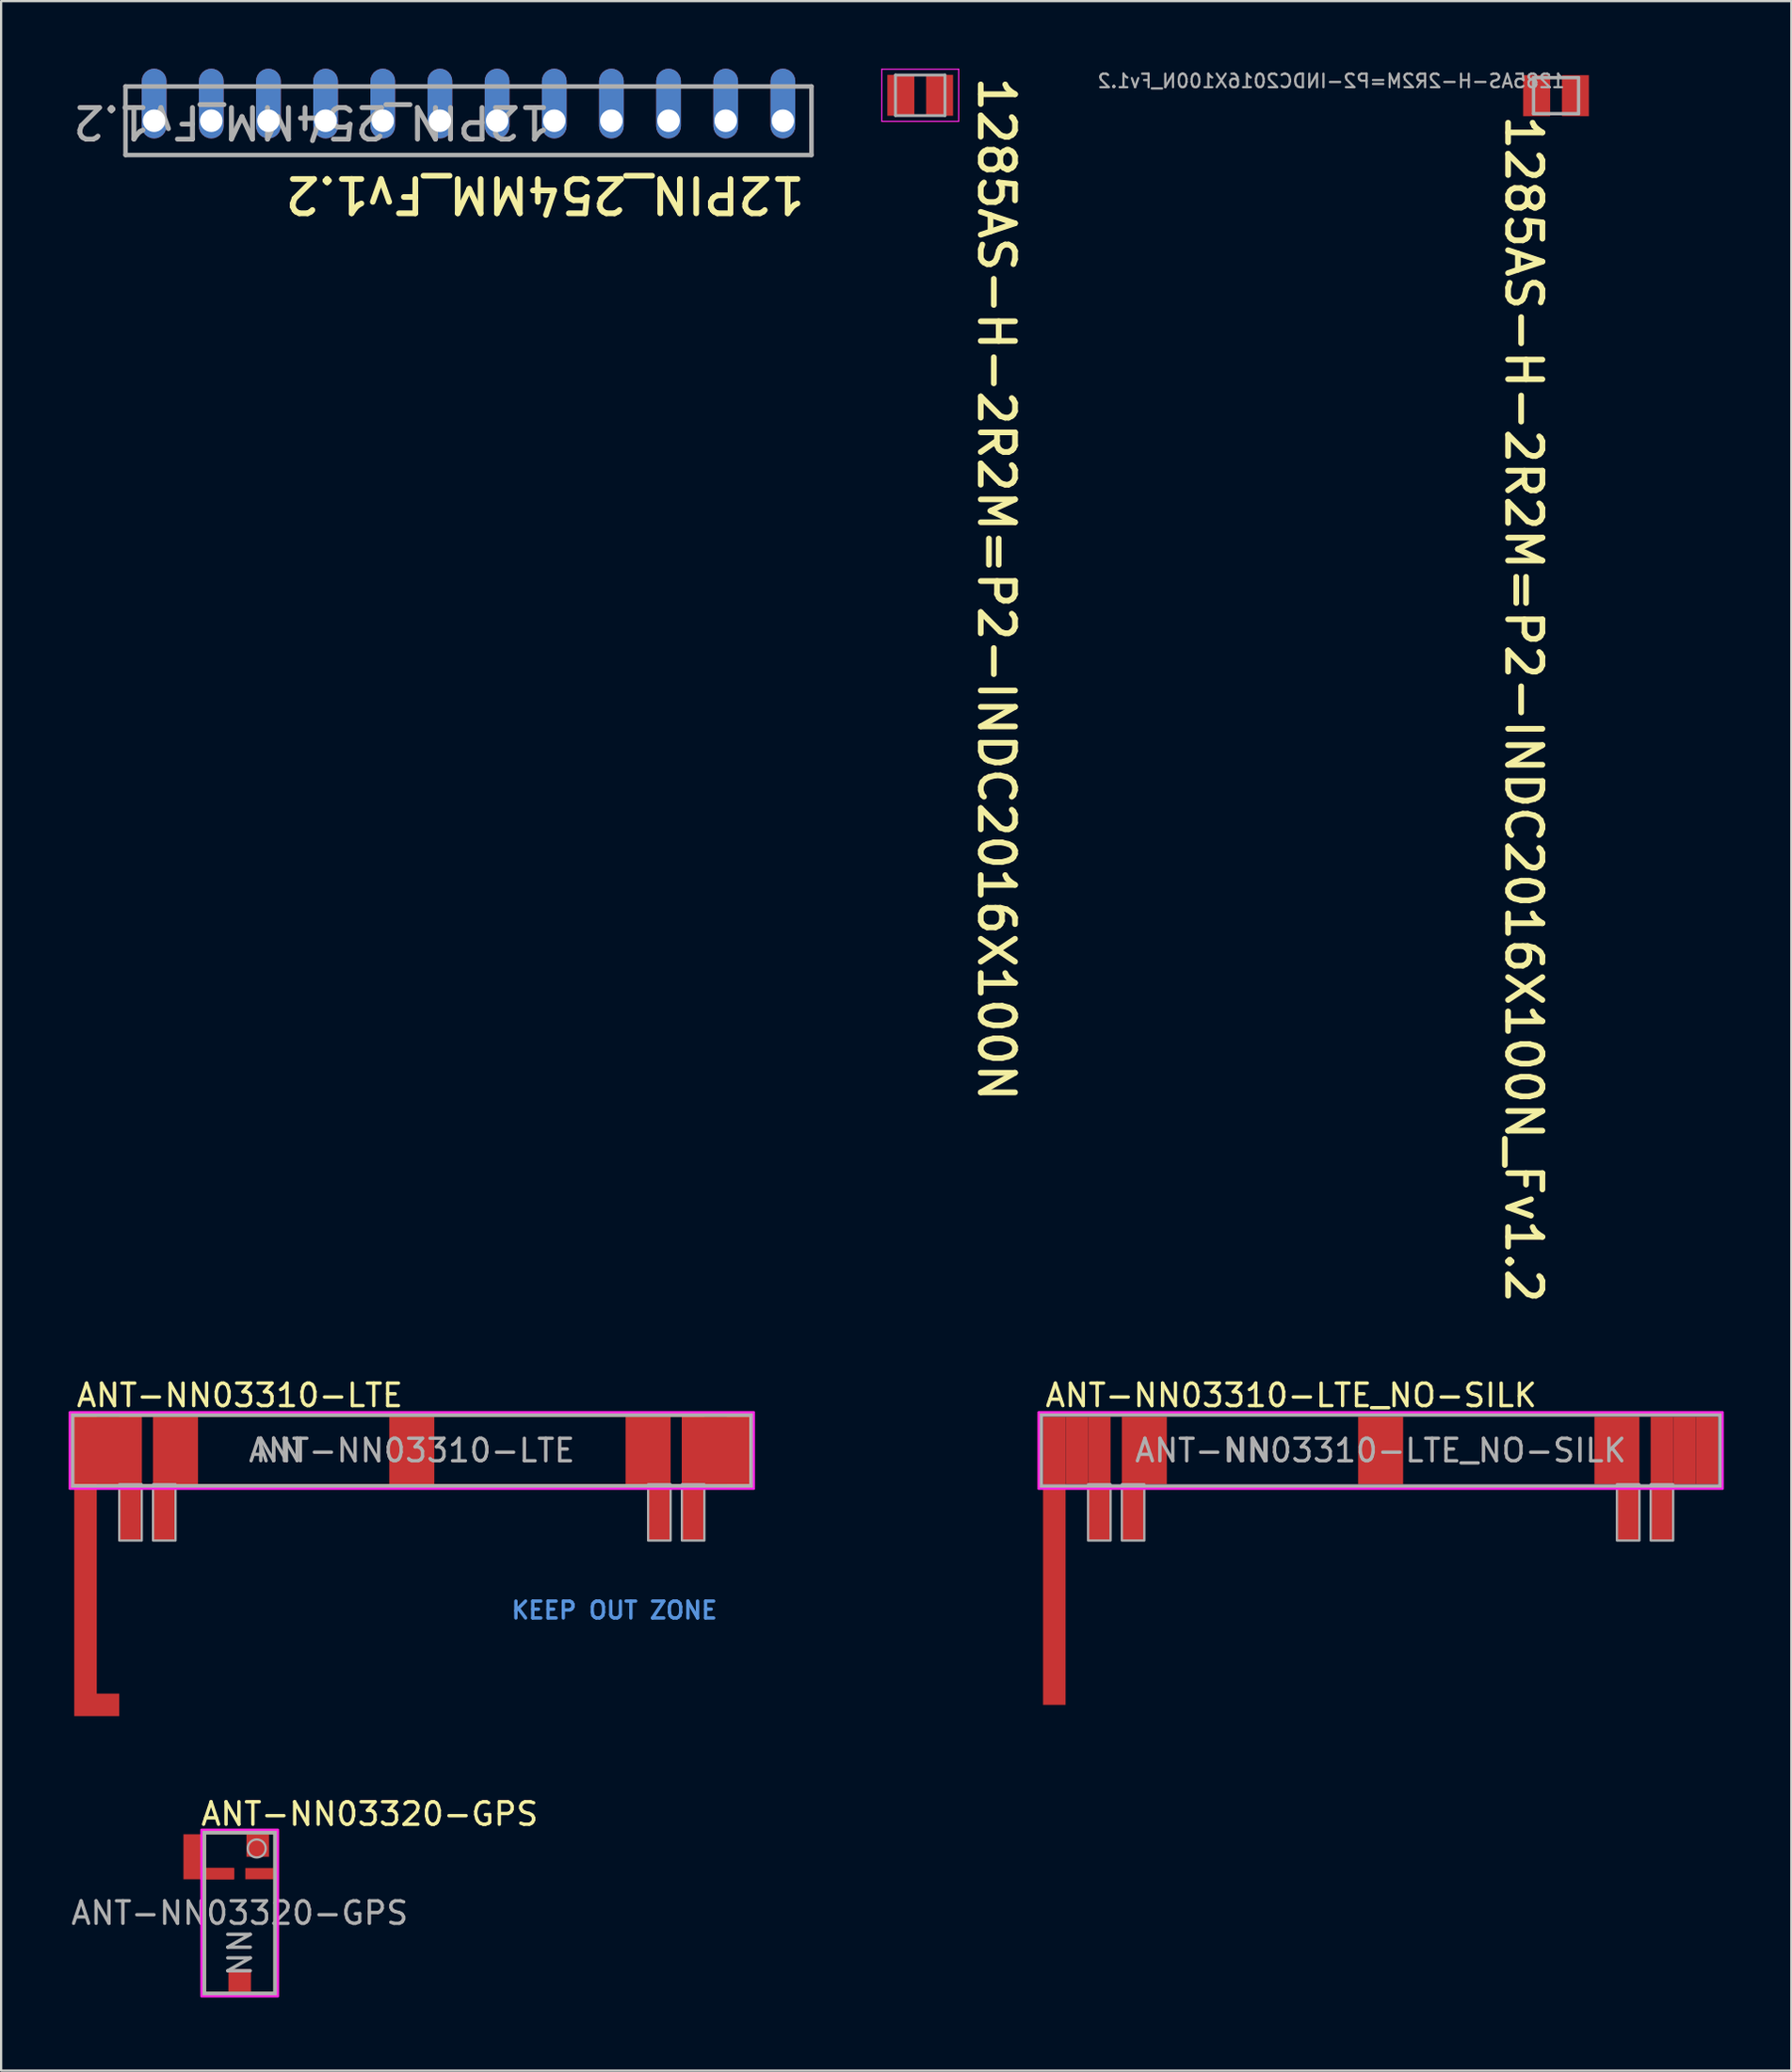
<source format=kicad_pcb>
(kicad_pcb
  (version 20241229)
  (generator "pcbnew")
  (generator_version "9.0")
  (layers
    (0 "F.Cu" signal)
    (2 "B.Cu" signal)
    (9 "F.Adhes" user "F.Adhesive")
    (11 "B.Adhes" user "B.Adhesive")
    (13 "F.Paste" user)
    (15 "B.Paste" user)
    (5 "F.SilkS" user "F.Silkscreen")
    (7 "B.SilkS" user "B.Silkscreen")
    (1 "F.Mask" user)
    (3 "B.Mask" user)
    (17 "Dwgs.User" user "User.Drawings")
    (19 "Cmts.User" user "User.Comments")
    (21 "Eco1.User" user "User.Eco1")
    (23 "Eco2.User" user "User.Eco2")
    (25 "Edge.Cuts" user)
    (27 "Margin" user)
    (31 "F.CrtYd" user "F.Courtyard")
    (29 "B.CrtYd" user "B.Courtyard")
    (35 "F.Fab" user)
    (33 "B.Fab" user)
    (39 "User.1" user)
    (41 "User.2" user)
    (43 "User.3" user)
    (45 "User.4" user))
  (footprint "12PIN_254MM_Fv1.2"
    (layer "F.Cu")
    (at 3.798 2.312)
    (property "Reference" "12PIN_254MM_Fv1.2" (at 29.045 2.39 180) (unlocked yes) (layer "F.SilkS") (effects (font (size 1.524 1.524) (thickness 0.254)) (justify left bottom)))
    (fp_line (start -1.27 -1.524) (end -1.27 1.524) (stroke (width 0.2) (type solid)) (layer "F.Fab"))
    (fp_line (start 29.21 -1.524) (end -1.27 -1.524) (stroke (width 0.2) (type solid)) (layer "F.Fab"))
    (fp_line (start 29.21 -1.524) (end 29.21 1.524) (stroke (width 0.2) (type solid)) (layer "F.Fab"))
    (fp_line (start 29.21 1.524) (end -1.27 1.524) (stroke (width 0.2) (type solid)) (layer "F.Fab"))
    (fp_text user "${REFERENCE}" (at 17.715 -0.765 180) (unlocked yes) (layer "F.Fab") (effects (font (size 1.4 1.4) (thickness 0.22)) (justify left bottom)))
    (pad "1" thru_hole roundrect (at 0 0) (size 1.1 3.1) (drill 1 (offset 0 -0.762)) (layers "*.Cu" "*.Mask") (roundrect_rratio 0.5))
    (pad "2" thru_hole roundrect (at 2.54 0) (size 1.1 3.1) (drill 1 (offset 0 -0.762)) (layers "*.Cu" "*.Mask") (roundrect_rratio 0.5))
    (pad "3" thru_hole roundrect (at 5.08 0) (size 1.1 3.1) (drill 1 (offset 0 -0.762)) (layers "*.Cu" "*.Mask") (roundrect_rratio 0.5))
    (pad "4" thru_hole roundrect (at 7.62 0) (size 1.1 3.1) (drill 1 (offset 0 -0.762)) (layers "*.Cu" "*.Mask") (roundrect_rratio 0.5))
    (pad "5" thru_hole roundrect (at 10.16 0) (size 1.1 3.1) (drill 1 (offset 0 -0.762)) (layers "*.Cu" "*.Mask") (roundrect_rratio 0.5))
    (pad "6" thru_hole roundrect (at 12.7 0) (size 1.1 3.1) (drill 1 (offset 0 -0.762)) (layers "*.Cu" "*.Mask") (roundrect_rratio 0.5))
    (pad "7" thru_hole roundrect (at 15.24 0) (size 1.1 3.1) (drill 1 (offset 0 -0.762)) (layers "*.Cu" "*.Mask") (roundrect_rratio 0.5))
    (pad "8" thru_hole roundrect (at 17.78 0) (size 1.1 3.1) (drill 1 (offset 0 -0.762)) (layers "*.Cu" "*.Mask") (roundrect_rratio 0.5))
    (pad "9" thru_hole roundrect (at 20.32 0) (size 1.1 3.1) (drill 1 (offset 0 -0.762)) (layers "*.Cu" "*.Mask") (roundrect_rratio 0.5))
    (pad "10" thru_hole roundrect (at 22.86 0) (size 1.1 3.1) (drill 1 (offset 0 -0.762)) (layers "*.Cu" "*.Mask") (roundrect_rratio 0.5))
    (pad "11" thru_hole roundrect (at 25.4 0) (size 1.1 3.1) (drill 1 (offset 0 -0.762)) (layers "*.Cu" "*.Mask") (roundrect_rratio 0.5))
    (pad "12" thru_hole roundrect (at 27.94 0) (size 1.1 3.1) (drill 1 (offset 0 -0.762)) (layers "*.Cu" "*.Mask") (roundrect_rratio 0.5)))
  (footprint "1285AS-H-2R2M=P2-INDC2016X100N_Fv1.2"
    (layer "F.Cu")
    (at 66.094 1.2)
    (property "Reference" "1285AS-H-2R2M=P2-INDC2016X100N_Fv1.2" (at -2.33 0.744 270) (unlocked yes) (layer "F.SilkS") (effects (font (size 1.524 1.524) (thickness 0.254)) (justify left bottom)))
    (fp_line (start -1 -0.8) (end -1 0.8) (stroke (width 0.15) (type solid)) (layer "F.Fab"))
    (fp_line (start 1 -0.8) (end -1 -0.8) (stroke (width 0.15) (type solid)) (layer "F.Fab"))
    (fp_line (start 1 -0.8) (end 1 0.8) (stroke (width 0.15) (type solid)) (layer "F.Fab"))
    (fp_line (start 1 0.8) (end -1 0.8) (stroke (width 0.15) (type solid)) (layer "F.Fab"))
    (fp_text user "${REFERENCE}" (at 0.445 -0.3 0) (unlocked yes) (layer "F.Fab") (effects (font (size 0.6 0.6) (thickness 0.1)) (justify left bottom mirror)))
    (pad "1" smd rect (at -0.86 0 180) (size 1.2 1.82) (layers "F.Cu" "F.Mask" "F.Paste"))
    (pad "2" smd rect (at 0.86 0 180) (size 1.2 1.82) (layers "F.Cu" "F.Mask" "F.Paste")))
  (footprint "1285AS-H-2R2M=P2-INDC2016X100N"
    (layer "F.Cu")
    (at 37.841 1.183)
    (property "Reference" "1285AS-H-2R2M=P2-INDC2016X100N" (at 2.489 -0.94 270) (unlocked yes) (layer "F.SilkS") (effects (font (size 1.524 1.524) (thickness 0.254)) (justify left bottom)))
    (fp_line (start -1.708 -1.158) (end 1.708 -1.158) (stroke (width 0.05) (type solid)) (layer "F.CrtYd"))
    (fp_line (start -1.708 1.158) (end -1.708 -1.158) (stroke (width 0.05) (type solid)) (layer "F.CrtYd"))
    (fp_line (start -1.708 1.158) (end 1.708 1.158) (stroke (width 0.05) (type solid)) (layer "F.CrtYd"))
    (fp_line (start 1.708 1.158) (end 1.708 -1.158) (stroke (width 0.05) (type solid)) (layer "F.CrtYd"))
    (fp_line (start -1.1 -0.9) (end 1.1 -0.9) (stroke (width 0.127) (type solid)) (layer "F.Fab"))
    (fp_line (start -1.1 0.9) (end -1.1 -0.9) (stroke (width 0.127) (type solid)) (layer "F.Fab"))
    (fp_line (start -1.1 0.9) (end 1.1 0.9) (stroke (width 0.127) (type solid)) (layer "F.Fab"))
    (fp_line (start 1.1 0.9) (end 1.1 -0.9) (stroke (width 0.127) (type solid)) (layer "F.Fab"))
    (pad "1" smd rect (at -0.86 0) (size 1.2 1.82) (layers "F.Cu" "F.Mask" "F.Paste"))
    (pad "2" smd rect (at 0.86 0) (size 1.2 1.82) (layers "F.Cu" "F.Mask" "F.Paste")))
  (footprint "ANT-NN03310-LTE"
    (layer "F.Cu")
    (at 15.25 61.387)
    (property "Reference" "ANT-NN03310-LTE" (at -14.98 -2.45 180) (layer "F.SilkS") (effects (font (size 1 1) (thickness 0.15)) (justify left)))
    (attr smd)
    (fp_rect (start -11.5 1.5) (end -10.5 4) (stroke (width 0) (type solid)) (fill yes) (layer "F.Cu"))
    (fp_rect (start 10.5 1.5) (end 11.5 4) (stroke (width 0) (type solid)) (fill yes) (layer "F.Cu"))
    (fp_poly (pts (xy 12 4) (xy 12 -1.5) (xy 15 -1.5) (xy 15 1.5) (xy 13 1.5) (xy 13 4)) (stroke (width 0) (type solid)) (fill yes) (layer "F.Cu"))
    (fp_poly (pts (xy -13 11.8) (xy -15 11.8) (xy -15 -1.5) (xy -12 -1.5) (xy -12 4) (xy -13 4) (xy -13 1.5) (xy -14 1.5) (xy -14 10.8) (xy -13 10.8)) (stroke (width 0) (type solid)) (fill yes) (layer "F.Cu"))
    (fp_rect (start -15 10.8) (end -13 11.8) (stroke (width 0) (type solid)) (fill yes) (layer "F.Mask"))
    (fp_rect (start -11.5 1.5) (end -10.5 4) (stroke (width 0) (type solid)) (fill yes) (layer "F.Mask"))
    (fp_rect (start 10.5 1.5) (end 11.5 4) (stroke (width 0) (type solid)) (fill yes) (layer "F.Mask"))
    (fp_rect (start 12 1.5) (end 13 4) (stroke (width 0) (type solid)) (fill yes) (layer "F.Mask"))
    (fp_rect (start -15.1 -1.6) (end 15.1 1.6) (stroke (width 0.2) (type solid)) (fill no) (layer "F.SilkS"))
    (fp_rect (start -15 10.8) (end -13 11.8) (stroke (width 0) (type solid)) (fill yes) (layer "F.Paste"))
    (fp_rect (start -13 1.5) (end -12 4) (stroke (width 0) (type solid)) (fill yes) (layer "F.Paste"))
    (fp_rect (start -11.5 1.5) (end -10.5 4) (stroke (width 0) (type solid)) (fill yes) (layer "F.Paste"))
    (fp_rect (start 10.5 1.5) (end 11.5 4) (stroke (width 0) (type solid)) (fill yes) (layer "F.Paste"))
    (fp_rect (start 12 1.5) (end 13 4) (stroke (width 0) (type solid)) (fill yes) (layer "F.Paste"))
    (fp_rect (start -15.2 -1.7) (end 15.2 1.7) (stroke (width 0.1) (type solid)) (fill no) (layer "F.CrtYd"))
    (fp_rect (start -15.1 -1.6) (end 15.1 1.6) (stroke (width 0.2) (type solid)) (fill no) (layer "F.Fab"))
    (fp_rect (start -13 1.5) (end -12 4) (stroke (width 0.1) (type solid)) (fill no) (layer "F.Fab"))
    (fp_rect (start -11.5 1.5) (end -10.5 4) (stroke (width 0.1) (type solid)) (fill no) (layer "F.Fab"))
    (fp_rect (start 10.5 1.5) (end 11.5 4) (stroke (width 0.1) (type solid)) (fill no) (layer "F.Fab"))
    (fp_rect (start 12 1.5) (end 13 4) (stroke (width 0.1) (type solid)) (fill no) (layer "F.Fab"))
    (fp_text user "KEEP OUT ZONE" (at 9 7.1 0) (layer "Cmts.User") (effects (font (size 0.75 0.75) (thickness 0.15))))
    (fp_text user "NN" (at -7.05 0.58 0) (unlocked yes) (layer "F.Fab") (effects (font (size 1 1) (thickness 0.15)) (justify left bottom)))
    (fp_text user "${REFERENCE}" (at 0 0 0) (layer "F.Fab") (effects (font (size 1 1) (thickness 0.15))))
    (pad "1" smd rect (at -14.5 0) (size 1 3) (layers "F.Cu" "F.Mask" "F.Paste"))
    (pad "2" smd rect (at -12.5 0) (size 1 3) (layers "F.Cu" "F.Mask" "F.Paste"))
    (pad "3" smd rect (at -10.5 0) (size 2 3) (layers "F.Cu" "F.Mask" "F.Paste"))
    (pad "4" smd rect (at 0 0) (size 2 3) (layers "F.Cu" "F.Mask" "F.Paste"))
    (pad "5" smd rect (at 10.5 0) (size 2 3) (layers "F.Cu" "F.Mask" "F.Paste"))
    (pad "6" smd rect (at 12.5 0) (size 1 3) (layers "F.Cu" "F.Mask" "F.Paste"))
    (pad "7" smd rect (at 14.5 0) (size 1 3) (layers "F.Cu" "F.Mask" "F.Paste"))
    (zone (net_name "") (layers "F.Cu" "B.Cu") (name "Clearance Area") (hatch full 0.5) (connect_pads) (min_thickness 0.25) (filled_areas_thickness no) (keepout (tracks not_allowed) (vias not_allowed) (pads not_allowed) (copperpour not_allowed) (footprints allowed)) (placement (enabled no)) (fill) (polygon (pts (xy 0.05 59.687) (xy 40.05 59.687) (xy 40.05 73.687) (xy 0.05 73.687)))))
  (footprint "ANT-NN03320-GPS"
    (layer "F.Cu")
    (at 7.601 81.935)
    (property "Reference" "ANT-NN03320-GPS" (at -1.8 -4.4 180) (layer "F.SilkS") (effects (font (size 1 1) (thickness 0.15)) (justify left)))
    (attr smd)
    (fp_poly (pts (xy -0.25 -2) (xy -0.25 -1.5) (xy -2.5 -1.5) (xy -2.5 -3.5) (xy -1.7 -3.5) (xy -1.7 -2)) (stroke (width 0) (type solid)) (fill yes) (layer "F.Cu"))
    (fp_rect (start -2.5 -3.5) (end -1.5 -1.5) (stroke (width 0) (type solid)) (fill yes) (layer "F.Mask"))
    (fp_rect (start -1.6 -3.6) (end 1.6 3.6) (stroke (width 0.2) (type solid)) (fill no) (layer "F.SilkS"))
    (fp_rect (start -2.5 -3.5) (end -1.5 -1.5) (stroke (width 0) (type solid)) (fill yes) (layer "F.Paste"))
    (fp_rect (start -1.7 -3.7) (end 1.7 3.7) (stroke (width 0.1) (type solid)) (fill no) (layer "F.CrtYd"))
    (fp_rect (start -1.6 -3.6) (end 1.6 3.6) (stroke (width 0.2) (type solid)) (fill no) (layer "F.Fab"))
    (fp_circle (center 0.757 -2.869) (end 1.157 -2.869) (stroke (width 0.1) (type solid)) (fill no) (layer "F.Fab"))
    (fp_text user "${REFERENCE}" (at 0 0 0) (layer "F.Fab") (effects (font (size 1 1) (thickness 0.15))))
    (fp_text user "NN" (at 0.6 2.9 90) (unlocked yes) (layer "F.Fab") (effects (font (size 1 1) (thickness 0.15)) (justify left bottom)))
    (pad "1" smd rect (at 0 3) (size 1 1) (layers "F.Cu" "F.Mask" "F.Paste"))
    (pad "2" smd rect (at 0.875 -1.75) (size 1.25 0.5) (layers "F.Cu" "F.Mask" "F.Paste"))
    (pad "3" smd rect (at 0.8 -3) (size 1 1) (layers "F.Cu" "F.Mask" "F.Paste"))
    (pad "4" smd rect (at -0.875 -1.75) (size 1.25 0.5) (layers "F.Cu" "F.Mask" "F.Paste"))
    (zone (net_name "") (layers "F.Cu" "B.Cu") (name "Clearance Area") (hatch full 0.5) (connect_pads) (min_thickness 0.25) (filled_areas_thickness no) (keepout (tracks allowed) (vias allowed) (pads allowed) (copperpour not_allowed) (footprints allowed)) (placement (enabled no)) (fill) (polygon (pts (xy 5.601 78.435) (xy 9.601 78.435) (xy 9.601 85.935) (xy 5.601 85.935)))))
  (footprint "ANT-NN03310-LTE_NO-SILK"
    (layer "F.Cu")
    (at 58.3 61.387)
    (property "Reference" "ANT-NN03310-LTE_NO-SILK" (at -14.98 -2.45 180) (layer "F.SilkS") (effects (font (size 1 1) (thickness 0.15)) (justify left)))
    (attr smd)
    (fp_rect (start -14 -1.5) (end -13 1.5) (stroke (width 0) (type solid)) (fill yes) (layer "F.Cu"))
    (fp_rect (start 13 -1.5) (end 14 1.5) (stroke (width 0) (type solid)) (fill yes) (layer "F.Cu"))
    (fp_rect (start -15.2 -1.7) (end 15.2 1.7) (stroke (width 0.1) (type solid)) (fill no) (layer "F.CrtYd"))
    (fp_rect (start -15.1 -1.6) (end 15.1 1.6) (stroke (width 0.2) (type solid)) (fill no) (layer "F.Fab"))
    (fp_rect (start -13 1.5) (end -12 4) (stroke (width 0.1) (type solid)) (fill no) (layer "F.Fab"))
    (fp_rect (start -11.5 1.5) (end -10.5 4) (stroke (width 0.1) (type solid)) (fill no) (layer "F.Fab"))
    (fp_rect (start 10.5 1.5) (end 11.5 4) (stroke (width 0.1) (type solid)) (fill no) (layer "F.Fab"))
    (fp_rect (start 12 1.5) (end 13 4) (stroke (width 0.1) (type solid)) (fill no) (layer "F.Fab"))
    (fp_text user "${REFERENCE}" (at 0 0 0) (layer "F.Fab") (effects (font (size 1 1) (thickness 0.15))))
    (fp_text user "NN" (at -7.05 0.58 0) (unlocked yes) (layer "F.Fab") (effects (font (size 1 1) (thickness 0.15)) (justify left bottom)))
    (pad "1" smd rect (at -14.5 0) (size 1 3) (layers "F.Cu" "F.Mask" "F.Paste"))
    (pad "1" smd rect (at -14.5 6.4) (size 1 9.8) (layers "F.Cu"))
    (pad "2" smd rect (at -12.5 0) (size 1 3) (layers "F.Cu" "F.Mask" "F.Paste"))
    (pad "2" smd rect (at -12.5 2.75) (size 1 2.5) (layers "F.Cu" "F.Mask" "F.Paste"))
    (pad "3" smd rect (at -11 2.75) (size 1 2.5) (layers "F.Cu" "F.Mask" "F.Paste"))
    (pad "3" smd rect (at -10.5 0) (size 2 3) (layers "F.Cu" "F.Mask" "F.Paste"))
    (pad "4" smd rect (at 0 0) (size 2 3) (layers "F.Cu" "F.Mask" "F.Paste"))
    (pad "5" smd rect (at 10.5 0) (size 2 3) (layers "F.Cu" "F.Mask" "F.Paste"))
    (pad "5" smd rect (at 11 2.75) (size 1 2.5) (layers "F.Cu" "F.Mask" "F.Paste"))
    (pad "6" smd rect (at 12.5 0) (size 1 3) (layers "F.Cu" "F.Mask" "F.Paste"))
    (pad "6" smd rect (at 12.5 2.75) (size 1 2.5) (layers "F.Cu" "F.Mask" "F.Paste"))
    (pad "7" smd rect (at 14.5 0) (size 1 3) (layers "F.Cu" "F.Mask" "F.Paste")))
  (gr_rect
    (start -3 -3)
    (end 76.55 88.935)
    (stroke (width 0.1) (type default))
    (fill no)
    (layer "Edge.Cuts")))
</source>
